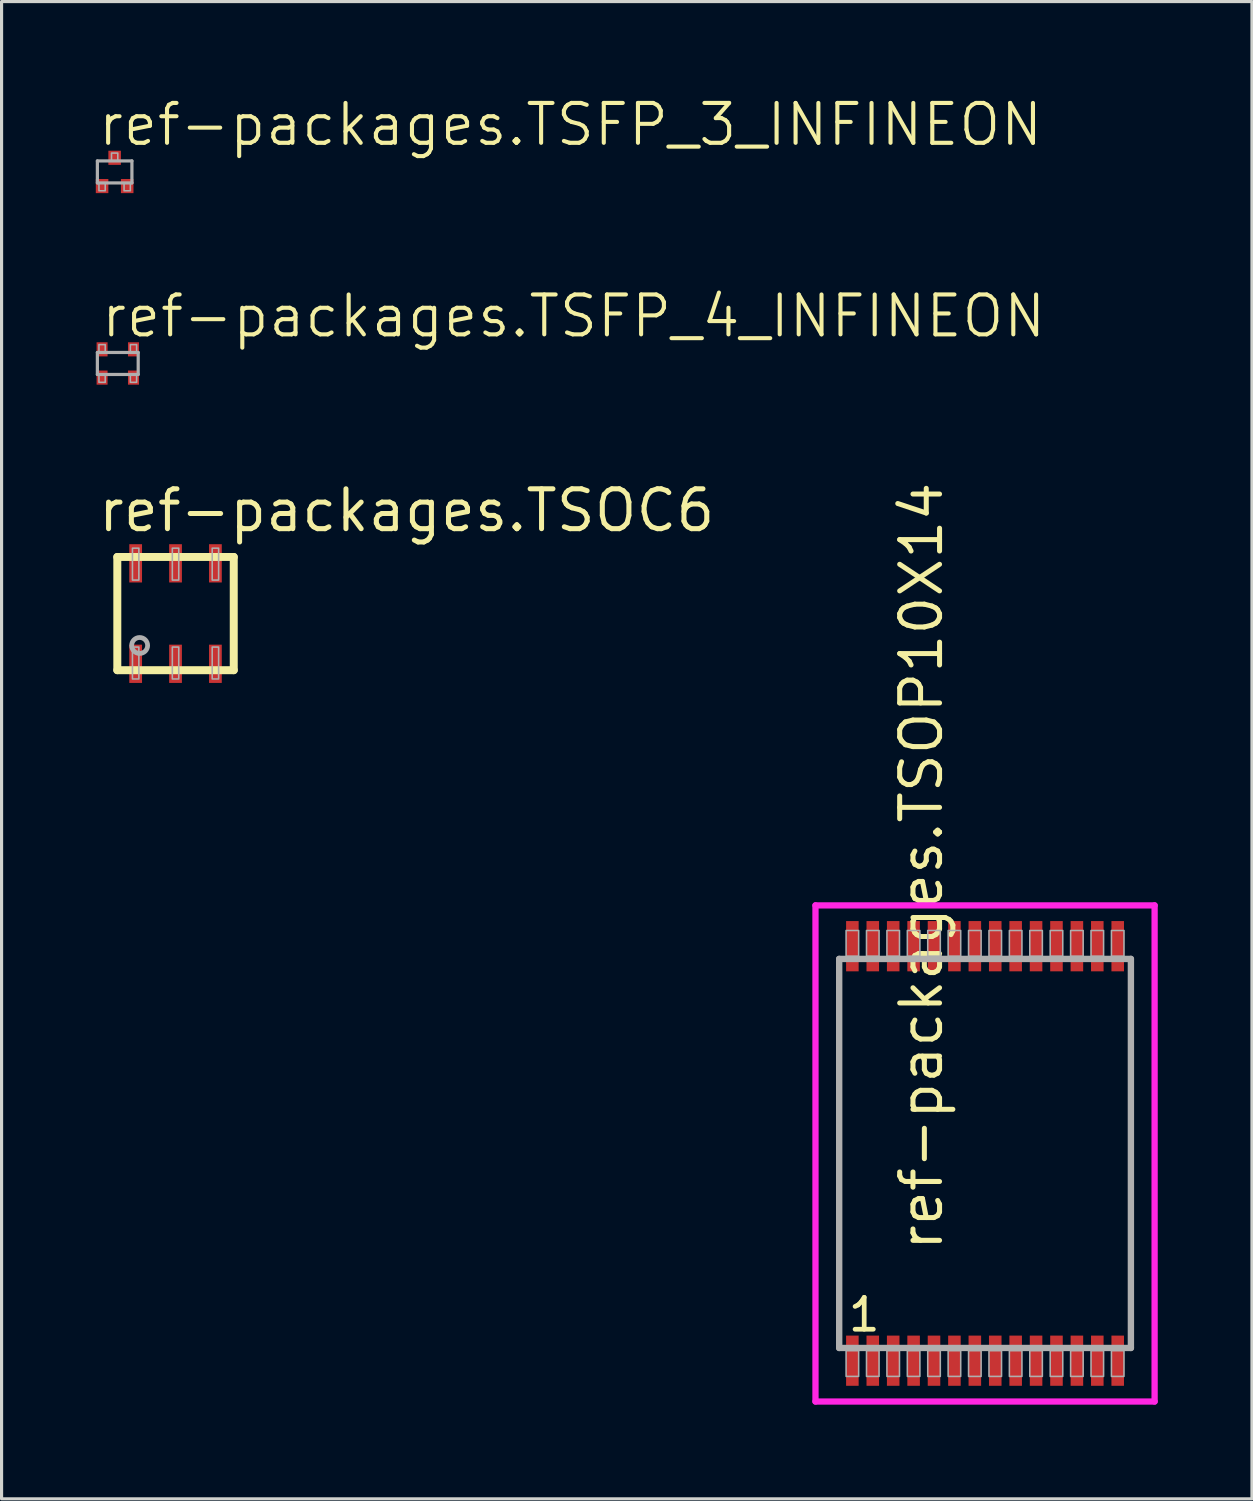
<source format=kicad_pcb>
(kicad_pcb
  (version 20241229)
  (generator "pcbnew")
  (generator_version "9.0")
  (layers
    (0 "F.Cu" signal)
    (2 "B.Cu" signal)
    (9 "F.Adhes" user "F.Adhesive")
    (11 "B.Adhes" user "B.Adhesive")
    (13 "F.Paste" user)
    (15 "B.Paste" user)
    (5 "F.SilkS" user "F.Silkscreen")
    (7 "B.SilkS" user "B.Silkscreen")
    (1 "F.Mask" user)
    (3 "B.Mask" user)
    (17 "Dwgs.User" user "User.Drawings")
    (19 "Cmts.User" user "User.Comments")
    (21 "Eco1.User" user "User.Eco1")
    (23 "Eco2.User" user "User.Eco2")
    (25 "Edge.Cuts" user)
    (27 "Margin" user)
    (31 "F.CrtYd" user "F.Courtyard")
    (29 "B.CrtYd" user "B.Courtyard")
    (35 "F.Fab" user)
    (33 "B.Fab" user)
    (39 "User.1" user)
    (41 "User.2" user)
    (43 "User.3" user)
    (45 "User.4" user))
  (footprint "ref-packages.TSOP10X14"
    (layer "F.Cu")
    (at 28.32 33.683)
    (property "Reference" "ref-packages.TSOP10X14" (at -1.285 3.175 90) (layer "F.SilkS") (effects (font (size 1.27 1.27) (thickness 0.16)) (justify left bottom)))
    (attr smd)
    (fp_line (start -5.4 -7.9) (end 5.4 -7.9) (stroke (width 0.2) (type default)) (layer "F.CrtYd"))
    (fp_line (start -5.4 7.9) (end -5.4 -7.9) (stroke (width 0.2) (type default)) (layer "F.CrtYd"))
    (fp_line (start 5.4 -7.9) (end 5.4 7.9) (stroke (width 0.2) (type default)) (layer "F.CrtYd"))
    (fp_line (start 5.4 7.9) (end -5.4 7.9) (stroke (width 0.2) (type default)) (layer "F.CrtYd"))
    (fp_line (start -4.645 -6.195) (end 4.645 -6.195) (stroke (width 0.203) (type default)) (layer "F.Fab"))
    (fp_line (start -4.645 6.195) (end -4.645 -6.195) (stroke (width 0.203) (type default)) (layer "F.Fab"))
    (fp_line (start 4.645 -6.195) (end 4.645 6.195) (stroke (width 0.203) (type default)) (layer "F.Fab"))
    (fp_line (start 4.645 6.195) (end -4.645 6.195) (stroke (width 0.203) (type default)) (layer "F.Fab"))
    (fp_rect (start -4.425 -6.28) (end -4.025 -7.1) (stroke (width 0.05) (type default)) (fill no) (layer "F.Fab"))
    (fp_rect (start -4.425 7.1) (end -4.025 6.28) (stroke (width 0.05) (type default)) (fill no) (layer "F.Fab"))
    (fp_rect (start -3.775 -6.28) (end -3.375 -7.1) (stroke (width 0.05) (type default)) (fill no) (layer "F.Fab"))
    (fp_rect (start -3.775 7.1) (end -3.375 6.28) (stroke (width 0.05) (type default)) (fill no) (layer "F.Fab"))
    (fp_rect (start -3.125 -6.28) (end -2.725 -7.1) (stroke (width 0.05) (type default)) (fill no) (layer "F.Fab"))
    (fp_rect (start -3.125 7.1) (end -2.725 6.28) (stroke (width 0.05) (type default)) (fill no) (layer "F.Fab"))
    (fp_rect (start -2.475 -6.28) (end -2.075 -7.1) (stroke (width 0.05) (type default)) (fill no) (layer "F.Fab"))
    (fp_rect (start -2.475 7.1) (end -2.075 6.28) (stroke (width 0.05) (type default)) (fill no) (layer "F.Fab"))
    (fp_rect (start -1.825 -6.28) (end -1.425 -7.1) (stroke (width 0.05) (type default)) (fill no) (layer "F.Fab"))
    (fp_rect (start -1.825 7.1) (end -1.425 6.28) (stroke (width 0.05) (type default)) (fill no) (layer "F.Fab"))
    (fp_rect (start -1.175 -6.28) (end -0.775 -7.1) (stroke (width 0.05) (type default)) (fill no) (layer "F.Fab"))
    (fp_rect (start -1.175 7.1) (end -0.775 6.28) (stroke (width 0.05) (type default)) (fill no) (layer "F.Fab"))
    (fp_rect (start -0.525 -6.28) (end -0.125 -7.1) (stroke (width 0.05) (type default)) (fill no) (layer "F.Fab"))
    (fp_rect (start -0.525 7.1) (end -0.125 6.28) (stroke (width 0.05) (type default)) (fill no) (layer "F.Fab"))
    (fp_rect (start 0.125 -6.28) (end 0.525 -7.1) (stroke (width 0.05) (type default)) (fill no) (layer "F.Fab"))
    (fp_rect (start 0.125 7.1) (end 0.525 6.28) (stroke (width 0.05) (type default)) (fill no) (layer "F.Fab"))
    (fp_rect (start 0.775 -6.28) (end 1.175 -7.1) (stroke (width 0.05) (type default)) (fill no) (layer "F.Fab"))
    (fp_rect (start 0.775 7.1) (end 1.175 6.28) (stroke (width 0.05) (type default)) (fill no) (layer "F.Fab"))
    (fp_rect (start 1.425 -6.28) (end 1.825 -7.1) (stroke (width 0.05) (type default)) (fill no) (layer "F.Fab"))
    (fp_rect (start 1.425 7.1) (end 1.825 6.28) (stroke (width 0.05) (type default)) (fill no) (layer "F.Fab"))
    (fp_rect (start 2.075 -6.28) (end 2.475 -7.1) (stroke (width 0.05) (type default)) (fill no) (layer "F.Fab"))
    (fp_rect (start 2.075 7.1) (end 2.475 6.28) (stroke (width 0.05) (type default)) (fill no) (layer "F.Fab"))
    (fp_rect (start 2.725 -6.28) (end 3.125 -7.1) (stroke (width 0.05) (type default)) (fill no) (layer "F.Fab"))
    (fp_rect (start 2.725 7.1) (end 3.125 6.28) (stroke (width 0.05) (type default)) (fill no) (layer "F.Fab"))
    (fp_rect (start 3.375 -6.28) (end 3.775 -7.1) (stroke (width 0.05) (type default)) (fill no) (layer "F.Fab"))
    (fp_rect (start 3.375 7.1) (end 3.775 6.28) (stroke (width 0.05) (type default)) (fill no) (layer "F.Fab"))
    (fp_rect (start 4.025 -6.28) (end 4.425 -7.1) (stroke (width 0.05) (type default)) (fill no) (layer "F.Fab"))
    (fp_rect (start 4.025 7.1) (end 4.425 6.28) (stroke (width 0.05) (type default)) (fill no) (layer "F.Fab"))
    (fp_text user "1" (at -4.431 5.73 0) (layer "F.SilkS") (effects (font (size 1.016 1.016) (thickness 0.15)) (justify left bottom)))
    (pad "1" smd roundrect (at -4.225 6.6) (size 0.4 1.6) (layers "F.Cu" "F.Mask" "F.Paste") (roundrect_rratio 0.01))
    (pad "2" smd roundrect (at -3.575 6.6) (size 0.4 1.6) (layers "F.Cu" "F.Mask" "F.Paste") (roundrect_rratio 0.01))
    (pad "3" smd roundrect (at -2.925 6.6) (size 0.4 1.6) (layers "F.Cu" "F.Mask" "F.Paste") (roundrect_rratio 0.01))
    (pad "4" smd roundrect (at -2.275 6.6) (size 0.4 1.6) (layers "F.Cu" "F.Mask" "F.Paste") (roundrect_rratio 0.01))
    (pad "5" smd roundrect (at -1.625 6.6) (size 0.4 1.6) (layers "F.Cu" "F.Mask" "F.Paste") (roundrect_rratio 0.01))
    (pad "6" smd roundrect (at -0.975 6.6) (size 0.4 1.6) (layers "F.Cu" "F.Mask" "F.Paste") (roundrect_rratio 0.01))
    (pad "7" smd roundrect (at -0.325 6.6) (size 0.4 1.6) (layers "F.Cu" "F.Mask" "F.Paste") (roundrect_rratio 0.01))
    (pad "8" smd roundrect (at 0.325 6.6) (size 0.4 1.6) (layers "F.Cu" "F.Mask" "F.Paste") (roundrect_rratio 0.01))
    (pad "9" smd roundrect (at 0.975 6.6) (size 0.4 1.6) (layers "F.Cu" "F.Mask" "F.Paste") (roundrect_rratio 0.01))
    (pad "10" smd roundrect (at 1.625 6.6) (size 0.4 1.6) (layers "F.Cu" "F.Mask" "F.Paste") (roundrect_rratio 0.01))
    (pad "11" smd roundrect (at 2.275 6.6) (size 0.4 1.6) (layers "F.Cu" "F.Mask" "F.Paste") (roundrect_rratio 0.01))
    (pad "12" smd roundrect (at 2.925 6.6) (size 0.4 1.6) (layers "F.Cu" "F.Mask" "F.Paste") (roundrect_rratio 0.01))
    (pad "13" smd roundrect (at 3.575 6.6) (size 0.4 1.6) (layers "F.Cu" "F.Mask" "F.Paste") (roundrect_rratio 0.01))
    (pad "14" smd roundrect (at 4.225 6.6) (size 0.4 1.6) (layers "F.Cu" "F.Mask" "F.Paste") (roundrect_rratio 0.01))
    (pad "15" smd roundrect (at 4.225 -6.6) (size 0.4 1.6) (layers "F.Cu" "F.Mask" "F.Paste") (roundrect_rratio 0.01))
    (pad "16" smd roundrect (at 3.575 -6.6) (size 0.4 1.6) (layers "F.Cu" "F.Mask" "F.Paste") (roundrect_rratio 0.01))
    (pad "17" smd roundrect (at 2.925 -6.6) (size 0.4 1.6) (layers "F.Cu" "F.Mask" "F.Paste") (roundrect_rratio 0.01))
    (pad "18" smd roundrect (at 2.275 -6.6) (size 0.4 1.6) (layers "F.Cu" "F.Mask" "F.Paste") (roundrect_rratio 0.01))
    (pad "19" smd roundrect (at 1.625 -6.6) (size 0.4 1.6) (layers "F.Cu" "F.Mask" "F.Paste") (roundrect_rratio 0.01))
    (pad "20" smd roundrect (at 0.975 -6.6) (size 0.4 1.6) (layers "F.Cu" "F.Mask" "F.Paste") (roundrect_rratio 0.01))
    (pad "21" smd roundrect (at 0.325 -6.6) (size 0.4 1.6) (layers "F.Cu" "F.Mask" "F.Paste") (roundrect_rratio 0.01))
    (pad "22" smd roundrect (at -0.325 -6.6) (size 0.4 1.6) (layers "F.Cu" "F.Mask" "F.Paste") (roundrect_rratio 0.01))
    (pad "23" smd roundrect (at -0.975 -6.6) (size 0.4 1.6) (layers "F.Cu" "F.Mask" "F.Paste") (roundrect_rratio 0.01))
    (pad "24" smd roundrect (at -1.625 -6.6) (size 0.4 1.6) (layers "F.Cu" "F.Mask" "F.Paste") (roundrect_rratio 0.01))
    (pad "25" smd roundrect (at -2.275 -6.6) (size 0.4 1.6) (layers "F.Cu" "F.Mask" "F.Paste") (roundrect_rratio 0.01))
    (pad "26" smd roundrect (at -2.925 -6.6) (size 0.4 1.6) (layers "F.Cu" "F.Mask" "F.Paste") (roundrect_rratio 0.01))
    (pad "27" smd roundrect (at -3.575 -6.6) (size 0.4 1.6) (layers "F.Cu" "F.Mask" "F.Paste") (roundrect_rratio 0.01))
    (pad "28" smd roundrect (at -4.225 -6.6) (size 0.4 1.6) (layers "F.Cu" "F.Mask" "F.Paste") (roundrect_rratio 0.01)))
  (footprint "ref-packages.TSFP_3_INFINEON"
    (layer "F.Cu")
    (at 0.601 2.425)
    (property "Reference" "ref-packages.TSFP_3_INFINEON" (at -0.595 -0.765 0) (layer "F.SilkS") (effects (font (size 1.27 1.27) (thickness 0.13)) (justify left bottom)))
    (attr smd)
    (fp_line (start -0.55 -0.35) (end 0.55 -0.35) (stroke (width 0.102) (type default)) (layer "F.Fab"))
    (fp_line (start -0.55 0.35) (end -0.55 -0.35) (stroke (width 0.102) (type default)) (layer "F.Fab"))
    (fp_line (start 0.55 -0.35) (end 0.55 0.35) (stroke (width 0.102) (type default)) (layer "F.Fab"))
    (fp_line (start 0.55 0.35) (end -0.55 0.35) (stroke (width 0.102) (type default)) (layer "F.Fab"))
    (fp_rect (start -0.5 0.6) (end -0.3 0.35) (stroke (width 0.05) (type default)) (fill no) (layer "F.Fab"))
    (fp_rect (start -0.1 -0.35) (end 0.1 -0.6) (stroke (width 0.05) (type default)) (fill no) (layer "F.Fab"))
    (fp_rect (start 0.3 0.6) (end 0.5 0.35) (stroke (width 0.05) (type default)) (fill no) (layer "F.Fab"))
    (pad "1" smd roundrect (at -0.4 0.45) (size 0.4 0.45) (layers "F.Cu" "F.Mask" "F.Paste") (roundrect_rratio 0.01))
    (pad "2" smd roundrect (at 0 -0.45) (size 0.4 0.45) (layers "F.Cu" "F.Mask" "F.Paste") (roundrect_rratio 0.01))
    (pad "3" smd roundrect (at 0.4 0.45) (size 0.4 0.45) (layers "F.Cu" "F.Mask" "F.Paste") (roundrect_rratio 0.01)))
  (footprint "ref-packages.TSOC6"
    (layer "F.Cu")
    (at 2.54 16.49)
    (property "Reference" "ref-packages.TSOC6" (at -2.54 -2.54 0) (layer "F.SilkS") (effects (font (size 1.27 1.27) (thickness 0.16)) (justify left bottom)))
    (attr smd)
    (fp_line (start -1.854 -1.803) (end 1.854 -1.803) (stroke (width 0.254) (type default)) (layer "F.SilkS"))
    (fp_line (start -1.854 1.803) (end -1.854 -1.803) (stroke (width 0.254) (type default)) (layer "F.SilkS"))
    (fp_line (start 1.854 -1.803) (end 1.854 1.803) (stroke (width 0.254) (type default)) (layer "F.SilkS"))
    (fp_line (start 1.854 1.803) (end -1.854 1.803) (stroke (width 0.254) (type default)) (layer "F.SilkS"))
    (fp_rect (start -1.372 -1.067) (end -1.168 -2.083) (stroke (width 0.05) (type default)) (fill no) (layer "F.Fab"))
    (fp_rect (start -1.372 2.083) (end -1.168 1.067) (stroke (width 0.05) (type default)) (fill no) (layer "F.Fab"))
    (fp_rect (start -0.102 -1.067) (end 0.102 -2.083) (stroke (width 0.05) (type default)) (fill no) (layer "F.Fab"))
    (fp_rect (start -0.102 2.083) (end 0.102 1.067) (stroke (width 0.05) (type default)) (fill no) (layer "F.Fab"))
    (fp_rect (start 1.168 -1.067) (end 1.372 -2.083) (stroke (width 0.05) (type default)) (fill no) (layer "F.Fab"))
    (fp_rect (start 1.168 2.083) (end 1.372 1.067) (stroke (width 0.05) (type default)) (fill no) (layer "F.Fab"))
    (fp_circle (center -1.143 1.016) (end -0.889 1.016) (stroke (width 0.152) (type default)) (fill no) (layer "F.Fab"))
    (pad "1" smd roundrect (at -1.27 1.6) (size 0.406 1.219) (layers "F.Cu" "F.Mask" "F.Paste") (roundrect_rratio 0.01))
    (pad "2" smd roundrect (at 0 1.6) (size 0.406 1.219) (layers "F.Cu" "F.Mask" "F.Paste") (roundrect_rratio 0.01))
    (pad "3" smd roundrect (at 1.27 1.6) (size 0.406 1.219) (layers "F.Cu" "F.Mask" "F.Paste") (roundrect_rratio 0.01))
    (pad "4" smd roundrect (at 1.27 -1.6) (size 0.406 1.219) (layers "F.Cu" "F.Mask" "F.Paste") (roundrect_rratio 0.01))
    (pad "5" smd roundrect (at 0 -1.6) (size 0.406 1.219) (layers "F.Cu" "F.Mask" "F.Paste") (roundrect_rratio 0.01))
    (pad "6" smd roundrect (at -1.27 -1.6) (size 0.406 1.219) (layers "F.Cu" "F.Mask" "F.Paste") (roundrect_rratio 0.01)))
  (footprint "ref-packages.TSFP_4_INFINEON"
    (layer "F.Cu")
    (at 0.701 8.525)
    (property "Reference" "ref-packages.TSFP_4_INFINEON" (at -0.595 -0.765 0) (layer "F.SilkS") (effects (font (size 1.27 1.27) (thickness 0.13)) (justify left bottom)))
    (attr smd)
    (fp_line (start -0.65 -0.35) (end 0.65 -0.35) (stroke (width 0.102) (type default)) (layer "F.Fab"))
    (fp_line (start -0.65 0.35) (end -0.65 -0.35) (stroke (width 0.102) (type default)) (layer "F.Fab"))
    (fp_line (start 0.65 -0.35) (end 0.65 0.35) (stroke (width 0.102) (type default)) (layer "F.Fab"))
    (fp_line (start 0.65 0.35) (end -0.65 0.35) (stroke (width 0.102) (type default)) (layer "F.Fab"))
    (fp_rect (start -0.6 -0.35) (end -0.4 -0.6) (stroke (width 0.05) (type default)) (fill no) (layer "F.Fab"))
    (fp_rect (start -0.6 0.6) (end -0.4 0.35) (stroke (width 0.05) (type default)) (fill no) (layer "F.Fab"))
    (fp_rect (start 0.4 -0.35) (end 0.6 -0.6) (stroke (width 0.05) (type default)) (fill no) (layer "F.Fab"))
    (fp_rect (start 0.4 0.6) (end 0.6 0.35) (stroke (width 0.05) (type default)) (fill no) (layer "F.Fab"))
    (pad "1" smd roundrect (at -0.5 0.45) (size 0.35 0.45) (layers "F.Cu" "F.Mask" "F.Paste") (roundrect_rratio 0.01))
    (pad "2" smd roundrect (at 0.5 0.45) (size 0.35 0.45) (layers "F.Cu" "F.Mask" "F.Paste") (roundrect_rratio 0.01))
    (pad "3" smd roundrect (at 0.5 -0.45) (size 0.35 0.45) (layers "F.Cu" "F.Mask" "F.Paste") (roundrect_rratio 0.01))
    (pad "4" smd roundrect (at -0.5 -0.45) (size 0.35 0.45) (layers "F.Cu" "F.Mask" "F.Paste") (roundrect_rratio 0.01)))
  (gr_rect
    (start -3 -3)
    (end 36.82 44.683)
    (stroke (width 0.1) (type default))
    (fill no)
    (layer "Edge.Cuts")))
</source>
